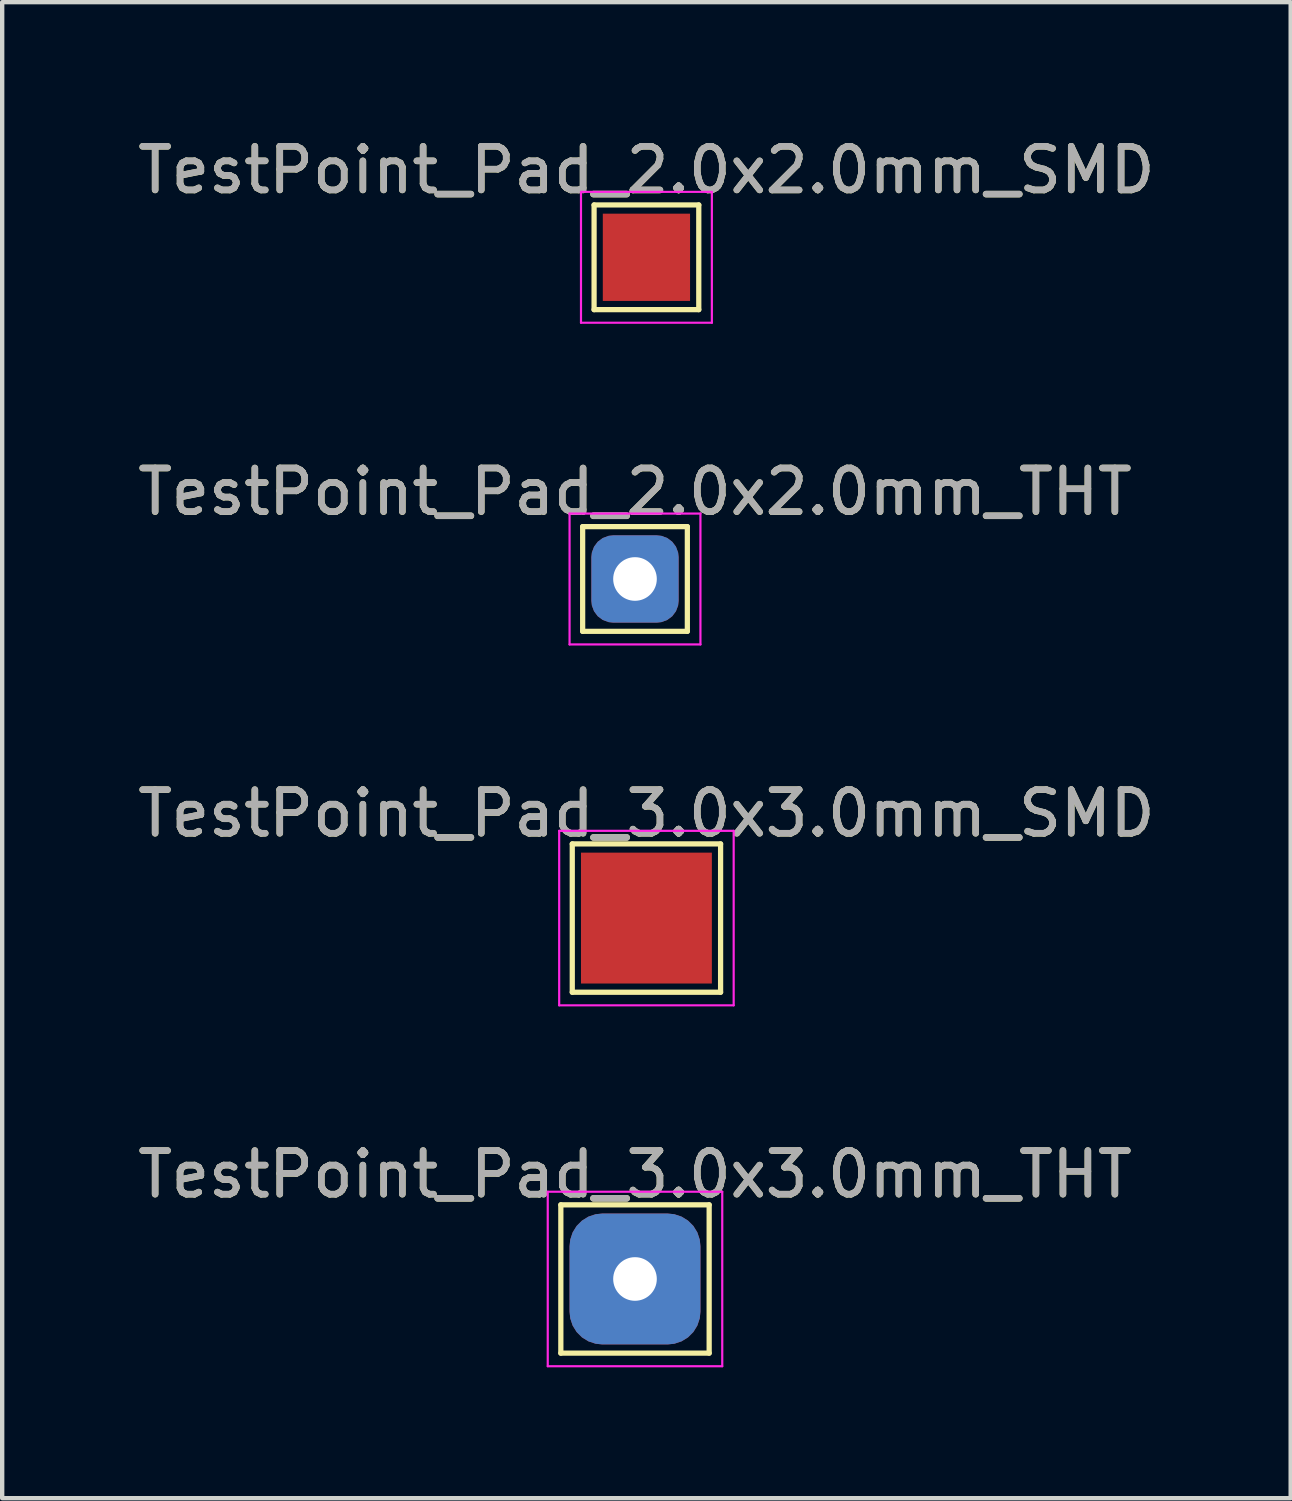
<source format=kicad_pcb>
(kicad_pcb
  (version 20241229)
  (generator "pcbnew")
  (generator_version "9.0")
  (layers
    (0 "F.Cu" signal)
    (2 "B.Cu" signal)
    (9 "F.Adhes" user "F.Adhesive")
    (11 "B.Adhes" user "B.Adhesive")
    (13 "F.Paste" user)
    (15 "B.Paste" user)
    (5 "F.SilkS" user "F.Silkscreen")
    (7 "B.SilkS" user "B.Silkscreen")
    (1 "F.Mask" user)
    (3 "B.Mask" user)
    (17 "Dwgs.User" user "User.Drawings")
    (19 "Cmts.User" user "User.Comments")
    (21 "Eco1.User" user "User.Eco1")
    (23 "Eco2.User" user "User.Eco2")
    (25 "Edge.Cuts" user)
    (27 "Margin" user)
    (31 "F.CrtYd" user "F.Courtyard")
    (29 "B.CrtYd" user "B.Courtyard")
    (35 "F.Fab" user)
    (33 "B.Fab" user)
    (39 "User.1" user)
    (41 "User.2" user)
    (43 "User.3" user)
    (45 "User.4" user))
  (footprint "TestPoint_Pad_2.0x2.0mm_THT"
    (layer "F.Cu")
    (at 11.506 10.222)
    (property "Reference" "TestPoint_Pad_2.0x2.0mm_THT" (at 0 -1.998 0) (layer "F.SilkS") (effects (font (size 1 1) (thickness 0.15))))
    (attr exclude_from_pos_files exclude_from_bom)
    (fp_line (start -1.2 -1.2) (end 1.2 -1.2) (stroke (width 0.12) (type solid)) (layer "F.SilkS"))
    (fp_line (start -1.2 1.2) (end -1.2 -1.2) (stroke (width 0.12) (type solid)) (layer "F.SilkS"))
    (fp_line (start 1.2 -1.2) (end 1.2 1.2) (stroke (width 0.12) (type solid)) (layer "F.SilkS"))
    (fp_line (start 1.2 1.2) (end -1.2 1.2) (stroke (width 0.12) (type solid)) (layer "F.SilkS"))
    (fp_line (start -1.5 -1.5) (end -1.5 1.5) (stroke (width 0.05) (type solid)) (layer "F.CrtYd"))
    (fp_line (start -1.5 -1.5) (end 1.5 -1.5) (stroke (width 0.05) (type solid)) (layer "F.CrtYd"))
    (fp_line (start 1.5 1.5) (end -1.5 1.5) (stroke (width 0.05) (type solid)) (layer "F.CrtYd"))
    (fp_line (start 1.5 1.5) (end 1.5 -1.5) (stroke (width 0.05) (type solid)) (layer "F.CrtYd"))
    (fp_text user "${REFERENCE}" (at 0 -2 0) (layer "F.Fab") (effects (font (size 1 1) (thickness 0.15))))
    (pad "1" thru_hole roundrect (at 0 0) (size 2 2) (drill 1) (layers "*.Cu" "*.Mask") (roundrect_rratio 0.25)))
  (footprint "TestPoint_Pad_3.0x3.0mm_SMD"
    (layer "F.Cu")
    (at 11.768 17.995)
    (property "Reference" "TestPoint_Pad_3.0x3.0mm_SMD" (at 0 -2.398 0) (layer "F.SilkS") (effects (font (size 1 1) (thickness 0.15))))
    (attr exclude_from_pos_files exclude_from_bom)
    (fp_line (start -1.7 -1.7) (end 1.7 -1.7) (stroke (width 0.12) (type solid)) (layer "F.SilkS"))
    (fp_line (start -1.7 1.7) (end -1.7 -1.7) (stroke (width 0.12) (type solid)) (layer "F.SilkS"))
    (fp_line (start 1.7 -1.7) (end 1.7 1.7) (stroke (width 0.12) (type solid)) (layer "F.SilkS"))
    (fp_line (start 1.7 1.7) (end -1.7 1.7) (stroke (width 0.12) (type solid)) (layer "F.SilkS"))
    (fp_line (start -2 -2) (end -2 2) (stroke (width 0.05) (type solid)) (layer "F.CrtYd"))
    (fp_line (start -2 -2) (end 2 -2) (stroke (width 0.05) (type solid)) (layer "F.CrtYd"))
    (fp_line (start 2 2) (end -2 2) (stroke (width 0.05) (type solid)) (layer "F.CrtYd"))
    (fp_line (start 2 2) (end 2 -2) (stroke (width 0.05) (type solid)) (layer "F.CrtYd"))
    (fp_text user "${REFERENCE}" (at 0 -2.4 0) (layer "F.Fab") (effects (font (size 1 1) (thickness 0.15))))
    (pad "1" smd rect (at 0 0) (size 3 3) (layers "F.Cu" "F.Mask")))
  (footprint "TestPoint_Pad_2.0x2.0mm_SMD"
    (layer "F.Cu")
    (at 11.768 2.848)
    (property "Reference" "TestPoint_Pad_2.0x2.0mm_SMD" (at 0 -1.998 0) (layer "F.SilkS") (effects (font (size 1 1) (thickness 0.15))))
    (attr exclude_from_pos_files exclude_from_bom)
    (fp_line (start -1.2 -1.2) (end 1.2 -1.2) (stroke (width 0.12) (type solid)) (layer "F.SilkS"))
    (fp_line (start -1.2 1.2) (end -1.2 -1.2) (stroke (width 0.12) (type solid)) (layer "F.SilkS"))
    (fp_line (start 1.2 -1.2) (end 1.2 1.2) (stroke (width 0.12) (type solid)) (layer "F.SilkS"))
    (fp_line (start 1.2 1.2) (end -1.2 1.2) (stroke (width 0.12) (type solid)) (layer "F.SilkS"))
    (fp_line (start -1.5 -1.5) (end -1.5 1.5) (stroke (width 0.05) (type solid)) (layer "F.CrtYd"))
    (fp_line (start -1.5 -1.5) (end 1.5 -1.5) (stroke (width 0.05) (type solid)) (layer "F.CrtYd"))
    (fp_line (start 1.5 1.5) (end -1.5 1.5) (stroke (width 0.05) (type solid)) (layer "F.CrtYd"))
    (fp_line (start 1.5 1.5) (end 1.5 -1.5) (stroke (width 0.05) (type solid)) (layer "F.CrtYd"))
    (fp_text user "${REFERENCE}" (at 0 -2 0) (layer "F.Fab") (effects (font (size 1 1) (thickness 0.15))))
    (pad "1" smd rect (at 0 0) (size 2 2) (layers "F.Cu" "F.Mask")))
  (footprint "TestPoint_Pad_3.0x3.0mm_THT"
    (layer "F.Cu")
    (at 11.506 26.268)
    (property "Reference" "TestPoint_Pad_3.0x3.0mm_THT" (at 0 -2.398 0) (layer "F.SilkS") (effects (font (size 1 1) (thickness 0.15))))
    (attr exclude_from_pos_files exclude_from_bom)
    (fp_line (start -1.7 -1.7) (end 1.7 -1.7) (stroke (width 0.12) (type solid)) (layer "F.SilkS"))
    (fp_line (start -1.7 1.7) (end -1.7 -1.7) (stroke (width 0.12) (type solid)) (layer "F.SilkS"))
    (fp_line (start 1.7 -1.7) (end 1.7 1.7) (stroke (width 0.12) (type solid)) (layer "F.SilkS"))
    (fp_line (start 1.7 1.7) (end -1.7 1.7) (stroke (width 0.12) (type solid)) (layer "F.SilkS"))
    (fp_line (start -2 -2) (end -2 2) (stroke (width 0.05) (type solid)) (layer "F.CrtYd"))
    (fp_line (start -2 -2) (end 2 -2) (stroke (width 0.05) (type solid)) (layer "F.CrtYd"))
    (fp_line (start 2 2) (end -2 2) (stroke (width 0.05) (type solid)) (layer "F.CrtYd"))
    (fp_line (start 2 2) (end 2 -2) (stroke (width 0.05) (type solid)) (layer "F.CrtYd"))
    (fp_text user "${REFERENCE}" (at 0 -2.4 0) (layer "F.Fab") (effects (font (size 1 1) (thickness 0.15))))
    (pad "1" thru_hole roundrect (at 0 0) (size 3 3) (drill 1) (layers "*.Cu" "*.Mask") (roundrect_rratio 0.25)))
  (gr_rect
    (start -3 -3)
    (end 26.536 31.293)
    (stroke (width 0.1) (type default))
    (fill no)
    (layer "Edge.Cuts")))
</source>
